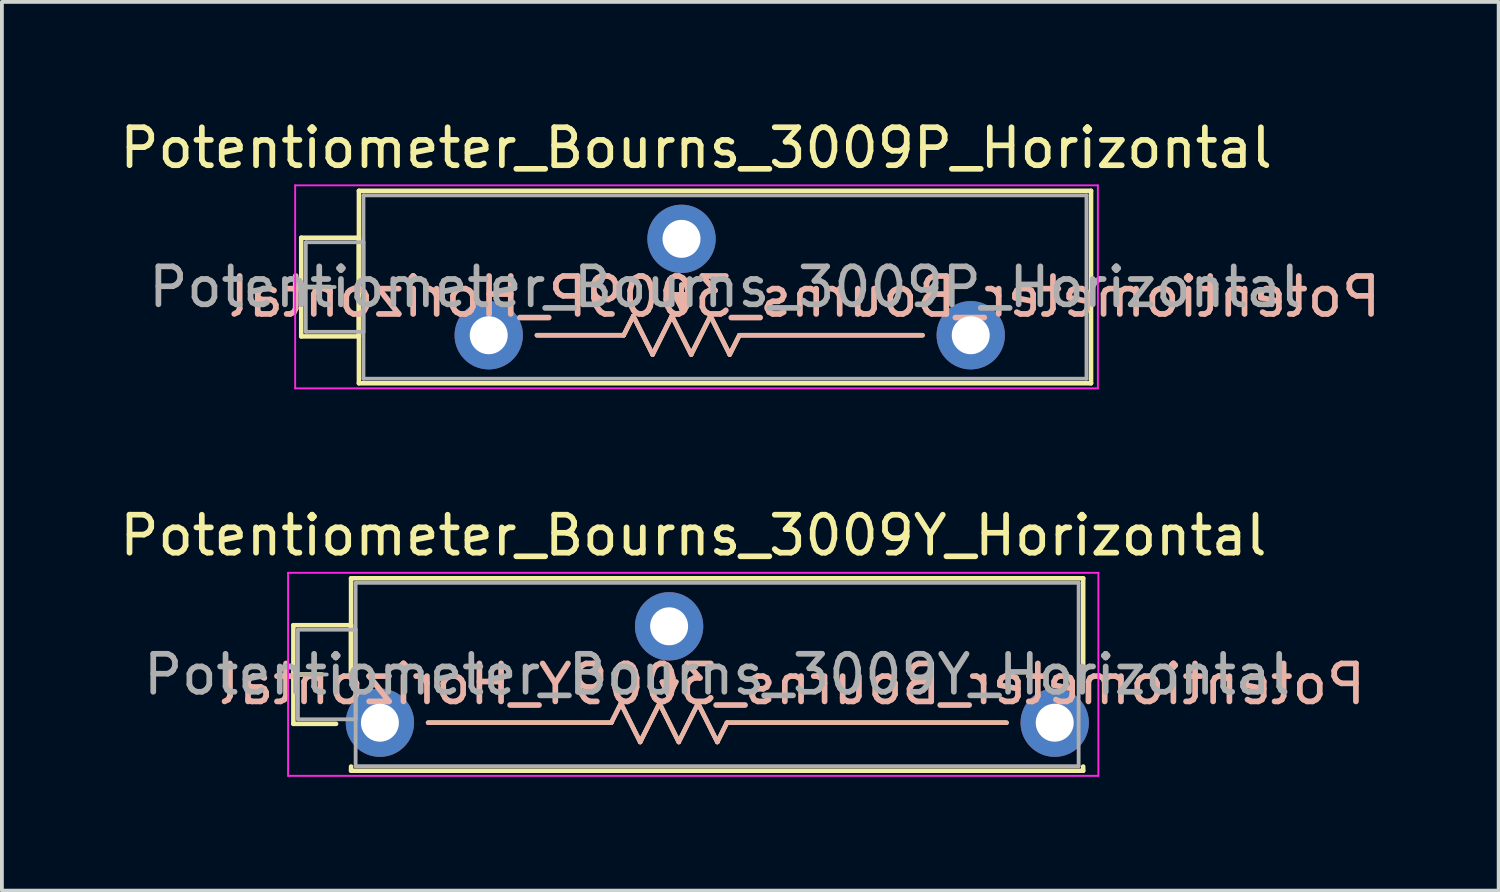
<source format=kicad_pcb>
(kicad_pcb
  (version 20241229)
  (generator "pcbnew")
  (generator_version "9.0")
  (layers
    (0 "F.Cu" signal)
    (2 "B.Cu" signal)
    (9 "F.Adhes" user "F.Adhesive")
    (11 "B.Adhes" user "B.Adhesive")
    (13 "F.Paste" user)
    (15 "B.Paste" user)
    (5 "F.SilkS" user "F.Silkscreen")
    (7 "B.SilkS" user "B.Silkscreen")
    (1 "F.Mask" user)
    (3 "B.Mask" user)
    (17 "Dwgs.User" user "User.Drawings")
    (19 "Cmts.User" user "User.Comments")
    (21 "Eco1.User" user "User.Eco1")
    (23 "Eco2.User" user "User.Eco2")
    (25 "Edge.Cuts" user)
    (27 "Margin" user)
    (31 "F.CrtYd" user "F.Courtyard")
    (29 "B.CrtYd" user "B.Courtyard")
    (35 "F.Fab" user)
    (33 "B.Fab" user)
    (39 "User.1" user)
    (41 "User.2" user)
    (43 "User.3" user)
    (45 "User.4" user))
  (footprint "Potentiometer_Bourns_3009P_Horizontal"
    (layer "F.Cu")
    (at 22.527 5.783)
    (property "Reference" "Potentiometer_Bourns_3009P_Horizontal" (at -7.235 -4.935 0) (layer "F.SilkS") (effects (font (size 1 1) (thickness 0.15))))
    (attr through_hole)
    (fp_line (start -17.64 -2.569) (end -17.64 0.03) (stroke (width 0.12) (type solid)) (layer "F.SilkS"))
    (fp_line (start -17.64 -2.569) (end -16.121 -2.569) (stroke (width 0.12) (type solid)) (layer "F.SilkS"))
    (fp_line (start -17.64 -1.27) (end -16.881 -1.27) (stroke (width 0.12) (type solid)) (layer "F.SilkS"))
    (fp_line (start -17.64 0.03) (end -16.121 0.03) (stroke (width 0.12) (type solid)) (layer "F.SilkS"))
    (fp_line (start -16.121 -2.569) (end -16.121 0.03) (stroke (width 0.12) (type solid)) (layer "F.SilkS"))
    (fp_line (start -16.12 -3.805) (end -16.12 1.265) (stroke (width 0.12) (type solid)) (layer "F.SilkS"))
    (fp_line (start -16.12 -3.805) (end 3.17 -3.805) (stroke (width 0.12) (type solid)) (layer "F.SilkS"))
    (fp_line (start -16.12 1.265) (end 3.17 1.265) (stroke (width 0.12) (type solid)) (layer "F.SilkS"))
    (fp_line (start -9.144 0) (end -11.43 0) (stroke (width 0.12) (type solid)) (layer "F.SilkS"))
    (fp_line (start -9.144 0) (end -8.89 -0.508) (stroke (width 0.12) (type solid)) (layer "F.SilkS"))
    (fp_line (start -8.89 -0.508) (end -8.382 0.508) (stroke (width 0.12) (type solid)) (layer "F.SilkS"))
    (fp_line (start -8.382 0.508) (end -7.874 -0.508) (stroke (width 0.12) (type solid)) (layer "F.SilkS"))
    (fp_line (start -7.874 -0.508) (end -7.366 0.508) (stroke (width 0.12) (type solid)) (layer "F.SilkS"))
    (fp_line (start -7.62 -1.333) (end -7.62 -0.699) (stroke (width 0.12) (type solid)) (layer "F.SilkS"))
    (fp_line (start -7.366 0.508) (end -6.858 -0.508) (stroke (width 0.12) (type solid)) (layer "F.SilkS"))
    (fp_line (start -6.858 -0.508) (end -6.35 0.508) (stroke (width 0.12) (type solid)) (layer "F.SilkS"))
    (fp_line (start -6.35 0.508) (end -6.096 0) (stroke (width 0.12) (type solid)) (layer "F.SilkS"))
    (fp_line (start -6.096 0) (end -1.27 0) (stroke (width 0.12) (type solid)) (layer "F.SilkS"))
    (fp_line (start 3.17 -3.805) (end 3.17 1.265) (stroke (width 0.12) (type solid)) (layer "F.SilkS"))
    (fp_poly (pts (xy -7.62 -0.699) (xy -7.811 -1.079) (xy -7.429 -1.079)) (stroke (width 0.12) (type solid)) (fill yes) (layer "F.SilkS"))
    (fp_line (start -11.43 0) (end -9.144 0) (stroke (width 0.12) (type solid)) (layer "B.SilkS"))
    (fp_line (start -9.144 0) (end -8.89 -0.508) (stroke (width 0.12) (type solid)) (layer "B.SilkS"))
    (fp_line (start -8.89 -0.508) (end -8.382 0.508) (stroke (width 0.12) (type solid)) (layer "B.SilkS"))
    (fp_line (start -8.382 0.508) (end -7.874 -0.508) (stroke (width 0.12) (type solid)) (layer "B.SilkS"))
    (fp_line (start -7.874 -0.508) (end -7.366 0.508) (stroke (width 0.12) (type solid)) (layer "B.SilkS"))
    (fp_line (start -7.62 -1.333) (end -7.62 -0.699) (stroke (width 0.12) (type solid)) (layer "B.SilkS"))
    (fp_line (start -7.366 0.508) (end -6.858 -0.508) (stroke (width 0.12) (type solid)) (layer "B.SilkS"))
    (fp_line (start -6.858 -0.508) (end -6.35 0.508) (stroke (width 0.12) (type solid)) (layer "B.SilkS"))
    (fp_line (start -6.35 0.508) (end -6.096 0) (stroke (width 0.12) (type solid)) (layer "B.SilkS"))
    (fp_line (start -6.096 0) (end -1.27 0) (stroke (width 0.12) (type solid)) (layer "B.SilkS"))
    (fp_poly (pts (xy -7.62 -0.699) (xy -7.811 -1.079) (xy -7.429 -1.079)) (stroke (width 0.12) (type solid)) (fill yes) (layer "B.SilkS"))
    (fp_line (start -17.8 -3.95) (end -17.8 1.4) (stroke (width 0.05) (type solid)) (layer "F.CrtYd"))
    (fp_line (start -17.8 1.4) (end 3.35 1.4) (stroke (width 0.05) (type solid)) (layer "F.CrtYd"))
    (fp_line (start 3.35 -3.95) (end -17.8 -3.95) (stroke (width 0.05) (type solid)) (layer "F.CrtYd"))
    (fp_line (start 3.35 1.4) (end 3.35 -3.95) (stroke (width 0.05) (type solid)) (layer "F.CrtYd"))
    (fp_line (start -17.52 -2.45) (end -17.52 -0.09) (stroke (width 0.1) (type solid)) (layer "F.Fab"))
    (fp_line (start -17.52 -1.27) (end -16.76 -1.27) (stroke (width 0.1) (type solid)) (layer "F.Fab"))
    (fp_line (start -17.52 -0.09) (end -16 -0.09) (stroke (width 0.1) (type solid)) (layer "F.Fab"))
    (fp_line (start -16 -3.685) (end -16 1.145) (stroke (width 0.1) (type solid)) (layer "F.Fab"))
    (fp_line (start -16 -2.45) (end -17.52 -2.45) (stroke (width 0.1) (type solid)) (layer "F.Fab"))
    (fp_line (start -16 -0.09) (end -16 -2.45) (stroke (width 0.1) (type solid)) (layer "F.Fab"))
    (fp_line (start -16 1.145) (end 3.05 1.145) (stroke (width 0.1) (type solid)) (layer "F.Fab"))
    (fp_line (start 3.05 -3.685) (end -16 -3.685) (stroke (width 0.1) (type solid)) (layer "F.Fab"))
    (fp_line (start 3.05 1.145) (end 3.05 -3.685) (stroke (width 0.1) (type solid)) (layer "F.Fab"))
    (fp_text user "${REFERENCE}" (at -4.381 -1.016 0) (unlocked yes) (layer "B.SilkS") (effects (font (size 1 1) (thickness 0.15)) (justify mirror)))
    (fp_text user "${REFERENCE}" (at -6.475 -1.27 0) (layer "F.Fab") (effects (font (size 1 1) (thickness 0.15))))
    (pad "1" thru_hole circle (at 0 0) (size 1.8 1.8) (drill 1) (layers "*.Cu" "*.Mask"))
    (pad "2" thru_hole circle (at -7.62 -2.54) (size 1.8 1.8) (drill 1) (layers "*.Cu" "*.Mask"))
    (pad "3" thru_hole circle (at -12.7 0) (size 1.8 1.8) (drill 1) (layers "*.Cu" "*.Mask")))
  (footprint "Potentiometer_Bourns_3009Y_Horizontal"
    (layer "F.Cu")
    (at 24.74 15.992)
    (property "Reference" "Potentiometer_Bourns_3009Y_Horizontal" (at -9.52 -4.935 0) (layer "F.SilkS") (effects (font (size 1 1) (thickness 0.15))))
    (attr through_hole)
    (fp_line (start -20.06 -2.569) (end -20.06 0.03) (stroke (width 0.12) (type solid)) (layer "F.SilkS"))
    (fp_line (start -20.06 -2.569) (end -18.541 -2.569) (stroke (width 0.12) (type solid)) (layer "F.SilkS"))
    (fp_line (start -20.06 -1.27) (end -19.301 -1.27) (stroke (width 0.12) (type solid)) (layer "F.SilkS"))
    (fp_line (start -20.06 0.03) (end -18.935 0.03) (stroke (width 0.12) (type solid)) (layer "F.SilkS"))
    (fp_line (start -18.541 -2.569) (end -18.541 -1.155) (stroke (width 0.12) (type solid)) (layer "F.SilkS"))
    (fp_line (start -18.54 -3.805) (end -18.54 -1.155) (stroke (width 0.12) (type solid)) (layer "F.SilkS"))
    (fp_line (start -18.54 -3.805) (end 0.75 -3.805) (stroke (width 0.12) (type solid)) (layer "F.SilkS"))
    (fp_line (start -18.54 1.155) (end -18.54 1.265) (stroke (width 0.12) (type solid)) (layer "F.SilkS"))
    (fp_line (start -18.54 1.265) (end 0.75 1.265) (stroke (width 0.12) (type solid)) (layer "F.SilkS"))
    (fp_line (start -11.684 0) (end -16.51 0) (stroke (width 0.12) (type solid)) (layer "F.SilkS"))
    (fp_line (start -11.684 0) (end -11.43 -0.508) (stroke (width 0.12) (type solid)) (layer "F.SilkS"))
    (fp_line (start -11.43 -0.508) (end -10.922 0.508) (stroke (width 0.12) (type solid)) (layer "F.SilkS"))
    (fp_line (start -10.922 0.508) (end -10.414 -0.508) (stroke (width 0.12) (type solid)) (layer "F.SilkS"))
    (fp_line (start -10.414 -0.508) (end -9.906 0.508) (stroke (width 0.12) (type solid)) (layer "F.SilkS"))
    (fp_line (start -10.16 -1.333) (end -10.16 -0.699) (stroke (width 0.12) (type solid)) (layer "F.SilkS"))
    (fp_line (start -9.906 0.508) (end -9.398 -0.508) (stroke (width 0.12) (type solid)) (layer "F.SilkS"))
    (fp_line (start -9.398 -0.508) (end -8.89 0.508) (stroke (width 0.12) (type solid)) (layer "F.SilkS"))
    (fp_line (start -8.89 0.508) (end -8.636 0) (stroke (width 0.12) (type solid)) (layer "F.SilkS"))
    (fp_line (start -8.636 0) (end -1.27 0) (stroke (width 0.12) (type solid)) (layer "F.SilkS"))
    (fp_line (start 0.75 -3.805) (end 0.75 -1.155) (stroke (width 0.12) (type solid)) (layer "F.SilkS"))
    (fp_line (start 0.75 1.155) (end 0.75 1.265) (stroke (width 0.12) (type solid)) (layer "F.SilkS"))
    (fp_poly (pts (xy -10.16 -0.699) (xy -10.351 -1.079) (xy -9.97 -1.079)) (stroke (width 0.12) (type solid)) (fill yes) (layer "F.SilkS"))
    (fp_line (start -16.51 0) (end -11.684 0) (stroke (width 0.12) (type solid)) (layer "B.SilkS"))
    (fp_line (start -11.684 0) (end -11.43 -0.508) (stroke (width 0.12) (type solid)) (layer "B.SilkS"))
    (fp_line (start -11.43 -0.508) (end -10.922 0.508) (stroke (width 0.12) (type solid)) (layer "B.SilkS"))
    (fp_line (start -10.922 0.508) (end -10.414 -0.508) (stroke (width 0.12) (type solid)) (layer "B.SilkS"))
    (fp_line (start -10.414 -0.508) (end -9.906 0.508) (stroke (width 0.12) (type solid)) (layer "B.SilkS"))
    (fp_line (start -10.16 -1.333) (end -10.16 -0.699) (stroke (width 0.12) (type solid)) (layer "B.SilkS"))
    (fp_line (start -9.906 0.508) (end -9.398 -0.508) (stroke (width 0.12) (type solid)) (layer "B.SilkS"))
    (fp_line (start -9.398 -0.508) (end -8.89 0.508) (stroke (width 0.12) (type solid)) (layer "B.SilkS"))
    (fp_line (start -8.89 0.508) (end -8.636 0) (stroke (width 0.12) (type solid)) (layer "B.SilkS"))
    (fp_line (start -8.636 0) (end -1.27 0) (stroke (width 0.12) (type solid)) (layer "B.SilkS"))
    (fp_poly (pts (xy -10.16 -0.699) (xy -10.351 -1.079) (xy -9.97 -1.079)) (stroke (width 0.12) (type solid)) (fill yes) (layer "B.SilkS"))
    (fp_line (start -20.2 -3.95) (end -20.2 1.4) (stroke (width 0.05) (type solid)) (layer "F.CrtYd"))
    (fp_line (start -20.2 1.4) (end 1.15 1.4) (stroke (width 0.05) (type solid)) (layer "F.CrtYd"))
    (fp_line (start 1.15 -3.95) (end -20.2 -3.95) (stroke (width 0.05) (type solid)) (layer "F.CrtYd"))
    (fp_line (start 1.15 1.4) (end 1.15 -3.95) (stroke (width 0.05) (type solid)) (layer "F.CrtYd"))
    (fp_line (start -19.94 -2.45) (end -19.94 -0.09) (stroke (width 0.1) (type solid)) (layer "F.Fab"))
    (fp_line (start -19.94 -1.27) (end -19.18 -1.27) (stroke (width 0.1) (type solid)) (layer "F.Fab"))
    (fp_line (start -19.94 -0.09) (end -18.42 -0.09) (stroke (width 0.1) (type solid)) (layer "F.Fab"))
    (fp_line (start -18.42 -3.685) (end -18.42 1.145) (stroke (width 0.1) (type solid)) (layer "F.Fab"))
    (fp_line (start -18.42 -2.45) (end -19.94 -2.45) (stroke (width 0.1) (type solid)) (layer "F.Fab"))
    (fp_line (start -18.42 -0.09) (end -18.42 -2.45) (stroke (width 0.1) (type solid)) (layer "F.Fab"))
    (fp_line (start -18.42 1.145) (end 0.63 1.145) (stroke (width 0.1) (type solid)) (layer "F.Fab"))
    (fp_line (start 0.63 -3.685) (end -18.42 -3.685) (stroke (width 0.1) (type solid)) (layer "F.Fab"))
    (fp_line (start 0.63 1.145) (end 0.63 -3.685) (stroke (width 0.1) (type solid)) (layer "F.Fab"))
    (fp_text user "${REFERENCE}" (at -6.921 -1.016 0) (unlocked yes) (layer "B.SilkS") (effects (font (size 1 1) (thickness 0.15)) (justify mirror)))
    (fp_text user "${REFERENCE}" (at -8.895 -1.27 0) (layer "F.Fab") (effects (font (size 1 1) (thickness 0.15))))
    (pad "1" thru_hole circle (at 0 0) (size 1.8 1.8) (drill 1) (layers "*.Cu" "*.Mask"))
    (pad "2" thru_hole circle (at -10.16 -2.54) (size 1.8 1.8) (drill 1) (layers "*.Cu" "*.Mask"))
    (pad "3" thru_hole circle (at -17.78 0) (size 1.8 1.8) (drill 1) (layers "*.Cu" "*.Mask")))
  (gr_rect
    (start -3 -3)
    (end 36.437 20.416)
    (stroke (width 0.1) (type default))
    (fill no)
    (layer "Edge.Cuts")))
</source>
